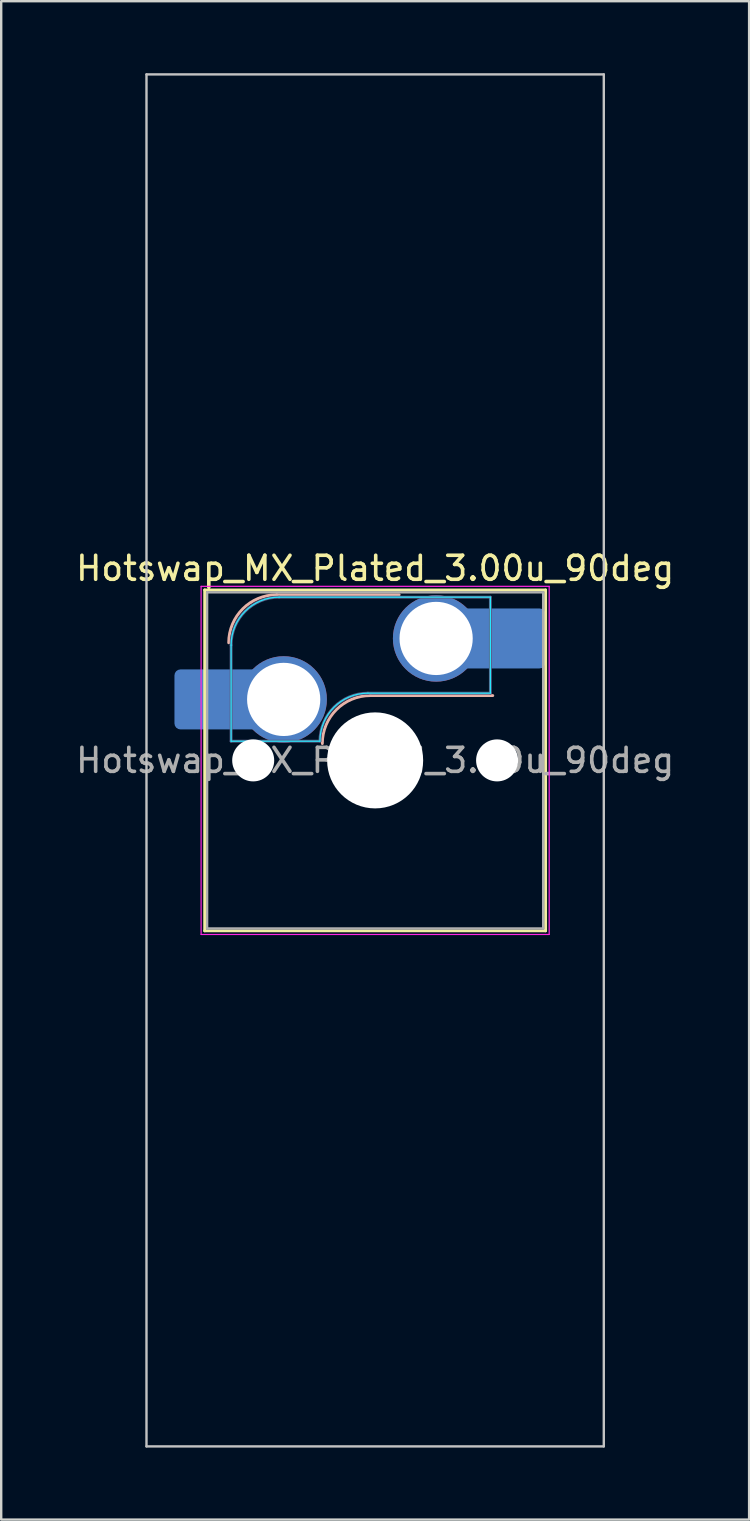
<source format=kicad_pcb>
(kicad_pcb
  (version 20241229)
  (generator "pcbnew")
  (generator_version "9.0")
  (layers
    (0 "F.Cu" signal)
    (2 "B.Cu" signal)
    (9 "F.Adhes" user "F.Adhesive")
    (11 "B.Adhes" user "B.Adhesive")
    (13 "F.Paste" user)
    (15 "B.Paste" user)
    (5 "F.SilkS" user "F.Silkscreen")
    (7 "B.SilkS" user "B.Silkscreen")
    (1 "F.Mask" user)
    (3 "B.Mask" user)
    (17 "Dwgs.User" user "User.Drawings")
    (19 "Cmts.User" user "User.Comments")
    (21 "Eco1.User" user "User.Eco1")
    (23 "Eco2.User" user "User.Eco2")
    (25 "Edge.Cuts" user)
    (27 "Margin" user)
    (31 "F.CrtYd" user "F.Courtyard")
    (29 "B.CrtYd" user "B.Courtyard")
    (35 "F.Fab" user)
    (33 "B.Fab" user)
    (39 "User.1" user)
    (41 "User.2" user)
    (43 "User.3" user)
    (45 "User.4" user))
  (footprint "Hotswap_MX_Plated_3.00u_90deg"
    (layer "F.Cu")
    (at 12.577 28.625)
    (property "Reference" "Hotswap_MX_Plated_3.00u_90deg" (at 0 -8 0) (layer "F.SilkS") (effects (font (size 1 1) (thickness 0.15))))
    (attr smd allow_soldermask_bridges)
    (fp_line (start -7.1 -7.1) (end -7.1 7.1) (stroke (width 0.12) (type solid)) (layer "F.SilkS"))
    (fp_line (start -7.1 7.1) (end 7.1 7.1) (stroke (width 0.12) (type solid)) (layer "F.SilkS"))
    (fp_line (start 7.1 -7.1) (end -7.1 -7.1) (stroke (width 0.12) (type solid)) (layer "F.SilkS"))
    (fp_line (start 7.1 7.1) (end 7.1 -7.1) (stroke (width 0.12) (type solid)) (layer "F.SilkS"))
    (fp_line (start -4.1 -6.9) (end 1 -6.9) (stroke (width 0.12) (type solid)) (layer "B.SilkS"))
    (fp_line (start -0.2 -2.7) (end 4.9 -2.7) (stroke (width 0.12) (type solid)) (layer "B.SilkS"))
    (fp_arc (start -6.1 -4.9) (mid -5.514214 -6.314214) (end -4.1 -6.9) (stroke (width 0.12) (type solid)) (layer "B.SilkS"))
    (fp_arc (start -2.2 -0.7) (mid -1.614214 -2.114214) (end -0.2 -2.7) (stroke (width 0.12) (type solid)) (layer "B.SilkS"))
    (fp_line (start -9.525 -28.575) (end 9.525 -28.575) (stroke (width 0.1) (type solid)) (layer "Dwgs.User"))
    (fp_line (start -9.525 28.575) (end -9.525 -28.575) (stroke (width 0.1) (type solid)) (layer "Dwgs.User"))
    (fp_line (start 9.525 -28.575) (end 9.525 28.575) (stroke (width 0.1) (type solid)) (layer "Dwgs.User"))
    (fp_line (start 9.525 28.575) (end -9.525 28.575) (stroke (width 0.1) (type solid)) (layer "Dwgs.User"))
    (fp_line (start -7.8 -6) (end -7 -6) (stroke (width 0.1) (type solid)) (layer "Eco1.User"))
    (fp_line (start -7.8 -2.9) (end -7.8 -6) (stroke (width 0.1) (type solid)) (layer "Eco1.User"))
    (fp_line (start -7.8 2.9) (end -7 2.9) (stroke (width 0.1) (type solid)) (layer "Eco1.User"))
    (fp_line (start -7.8 6) (end -7.8 2.9) (stroke (width 0.1) (type solid)) (layer "Eco1.User"))
    (fp_line (start -7 -7) (end 7 -7) (stroke (width 0.1) (type solid)) (layer "Eco1.User"))
    (fp_line (start -7 -6) (end -7 -7) (stroke (width 0.1) (type solid)) (layer "Eco1.User"))
    (fp_line (start -7 -2.9) (end -7.8 -2.9) (stroke (width 0.1) (type solid)) (layer "Eco1.User"))
    (fp_line (start -7 2.9) (end -7 -2.9) (stroke (width 0.1) (type solid)) (layer "Eco1.User"))
    (fp_line (start -7 6) (end -7.8 6) (stroke (width 0.1) (type solid)) (layer "Eco1.User"))
    (fp_line (start -7 7) (end -7 6) (stroke (width 0.1) (type solid)) (layer "Eco1.User"))
    (fp_line (start 7 -7) (end 7 -6) (stroke (width 0.1) (type solid)) (layer "Eco1.User"))
    (fp_line (start 7 -6) (end 7.8 -6) (stroke (width 0.1) (type solid)) (layer "Eco1.User"))
    (fp_line (start 7 -2.9) (end 7 2.9) (stroke (width 0.1) (type solid)) (layer "Eco1.User"))
    (fp_line (start 7 2.9) (end 7.8 2.9) (stroke (width 0.1) (type solid)) (layer "Eco1.User"))
    (fp_line (start 7 6) (end 7 7) (stroke (width 0.1) (type solid)) (layer "Eco1.User"))
    (fp_line (start 7 7) (end -7 7) (stroke (width 0.1) (type solid)) (layer "Eco1.User"))
    (fp_line (start 7.8 -6) (end 7.8 -2.9) (stroke (width 0.1) (type solid)) (layer "Eco1.User"))
    (fp_line (start 7.8 -2.9) (end 7 -2.9) (stroke (width 0.1) (type solid)) (layer "Eco1.User"))
    (fp_line (start 7.8 2.9) (end 7.8 6) (stroke (width 0.1) (type solid)) (layer "Eco1.User"))
    (fp_line (start 7.8 6) (end 7 6) (stroke (width 0.1) (type solid)) (layer "Eco1.User"))
    (fp_line (start -6 -0.8) (end -6 -4.8) (stroke (width 0.05) (type solid)) (layer "B.CrtYd"))
    (fp_line (start -6 -0.8) (end -2.3 -0.8) (stroke (width 0.05) (type solid)) (layer "B.CrtYd"))
    (fp_line (start -4 -6.8) (end 4.8 -6.8) (stroke (width 0.05) (type solid)) (layer "B.CrtYd"))
    (fp_line (start -0.3 -2.8) (end 4.8 -2.8) (stroke (width 0.05) (type solid)) (layer "B.CrtYd"))
    (fp_line (start 4.8 -6.8) (end 4.8 -2.8) (stroke (width 0.05) (type solid)) (layer "B.CrtYd"))
    (fp_arc (start -6 -4.8) (mid -5.414214 -6.214214) (end -4 -6.8) (stroke (width 0.05) (type solid)) (layer "B.CrtYd"))
    (fp_arc (start -2.3 -0.8) (mid -1.714214 -2.214214) (end -0.3 -2.8) (stroke (width 0.05) (type solid)) (layer "B.CrtYd"))
    (fp_line (start -7.25 -7.25) (end -7.25 7.25) (stroke (width 0.05) (type solid)) (layer "F.CrtYd"))
    (fp_line (start -7.25 7.25) (end 7.25 7.25) (stroke (width 0.05) (type solid)) (layer "F.CrtYd"))
    (fp_line (start 7.25 -7.25) (end -7.25 -7.25) (stroke (width 0.05) (type solid)) (layer "F.CrtYd"))
    (fp_line (start 7.25 7.25) (end 7.25 -7.25) (stroke (width 0.05) (type solid)) (layer "F.CrtYd"))
    (fp_line (start -6 -0.8) (end -6 -4.8) (stroke (width 0.12) (type solid)) (layer "B.Fab"))
    (fp_line (start -6 -0.8) (end -2.3 -0.8) (stroke (width 0.12) (type solid)) (layer "B.Fab"))
    (fp_line (start -4 -6.8) (end 4.8 -6.8) (stroke (width 0.12) (type solid)) (layer "B.Fab"))
    (fp_line (start -0.3 -2.8) (end 4.8 -2.8) (stroke (width 0.12) (type solid)) (layer "B.Fab"))
    (fp_line (start 4.8 -6.8) (end 4.8 -2.8) (stroke (width 0.12) (type solid)) (layer "B.Fab"))
    (fp_arc (start -6 -4.8) (mid -5.414214 -6.214214) (end -4 -6.8) (stroke (width 0.12) (type solid)) (layer "B.Fab"))
    (fp_arc (start -2.3 -0.8) (mid -1.714214 -2.214214) (end -0.3 -2.8) (stroke (width 0.12) (type solid)) (layer "B.Fab"))
    (fp_line (start -7 -7) (end -7 7) (stroke (width 0.1) (type solid)) (layer "F.Fab"))
    (fp_line (start -7 7) (end 7 7) (stroke (width 0.1) (type solid)) (layer "F.Fab"))
    (fp_line (start 7 -7) (end -7 -7) (stroke (width 0.1) (type solid)) (layer "F.Fab"))
    (fp_line (start 7 7) (end 7 -7) (stroke (width 0.1) (type solid)) (layer "F.Fab"))
    (fp_text user "${REFERENCE}" (at 0 0 0) (layer "F.Fab") (effects (font (size 1 1) (thickness 0.15))))
    (pad "" smd roundrect (at -7.085 -2.54) (size 2.55 2.5) (layers "B.Mask" "B.Paste") (roundrect_rratio 0.1))
    (pad "" np_thru_hole circle (at -5.08 0) (size 1.75 1.75) (drill 1.75) (layers "*.Cu" "*.Mask"))
    (pad "" np_thru_hole circle (at 0 0) (size 4 4) (drill 4) (layers "*.Cu" "*.Mask"))
    (pad "" np_thru_hole circle (at 5.08 0) (size 1.75 1.75) (drill 1.75) (layers "*.Cu" "*.Mask"))
    (pad "" smd roundrect (at 5.842 -5.08) (size 2.55 2.5) (layers "B.Mask" "B.Paste") (roundrect_rratio 0.1))
    (pad "1" smd roundrect (at -6.585 -2.54) (size 3.55 2.5) (layers "B.Cu") (roundrect_rratio 0.1))
    (pad "1" thru_hole circle (at -3.81 -2.54) (size 3.6 3.6) (drill 3.05) (layers "*.Cu" "*.Mask"))
    (pad "2" thru_hole circle (at 2.54 -5.08) (size 3.6 3.6) (drill 3.05) (layers "*.Cu" "*.Mask"))
    (pad "2" smd roundrect (at 5.32 -5.08) (size 3.55 2.5) (layers "B.Cu") (roundrect_rratio 0.1)))
  (gr_rect
    (start -3 -3)
    (end 28.155 60.25)
    (stroke (width 0.1) (type default))
    (fill no)
    (layer "Edge.Cuts")))
</source>
